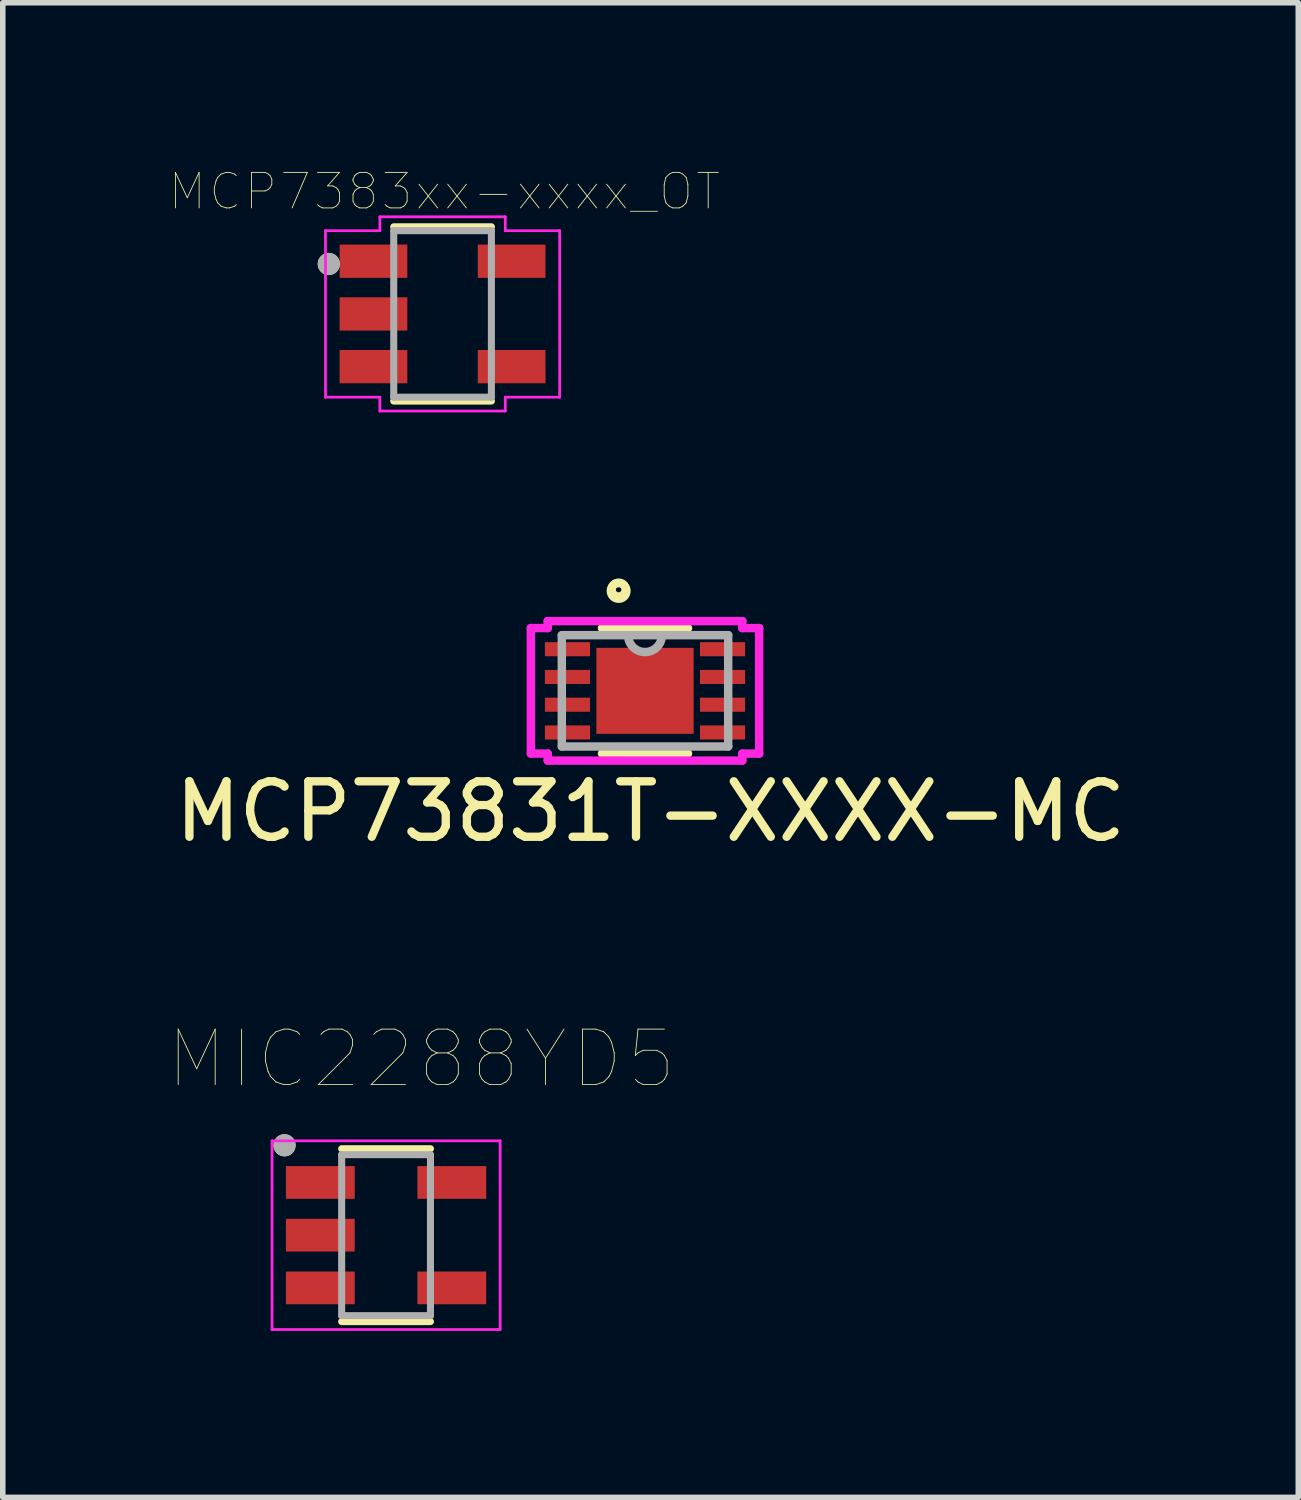
<source format=kicad_pcb>
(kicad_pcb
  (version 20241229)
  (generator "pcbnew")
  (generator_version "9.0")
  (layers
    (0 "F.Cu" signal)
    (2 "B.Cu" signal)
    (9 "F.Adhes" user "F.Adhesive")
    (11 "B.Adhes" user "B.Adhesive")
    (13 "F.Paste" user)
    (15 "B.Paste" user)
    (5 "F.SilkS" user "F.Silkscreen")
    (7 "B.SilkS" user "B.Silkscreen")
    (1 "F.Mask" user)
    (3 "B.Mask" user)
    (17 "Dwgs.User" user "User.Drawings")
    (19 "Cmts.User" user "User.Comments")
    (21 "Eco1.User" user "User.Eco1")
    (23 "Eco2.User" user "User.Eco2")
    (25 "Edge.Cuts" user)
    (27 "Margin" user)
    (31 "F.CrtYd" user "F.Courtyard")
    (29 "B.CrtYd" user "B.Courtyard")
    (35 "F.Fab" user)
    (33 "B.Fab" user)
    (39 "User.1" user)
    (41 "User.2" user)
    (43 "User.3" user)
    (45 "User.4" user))
  (footprint "MCP7383xx-xxxx_OT"
    (layer "F.Cu")
    (at 4.925 2.607)
    (property "Reference" "MCP7383xx-xxxx_OT" (at 0.032 -2.206 0) (layer "F.SilkS") (effects (font (size 0.64 0.64) (thickness 0.015))))
    (attr smd)
    (fp_line (start -0.88 -1.57) (end 0.88 -1.57) (stroke (width 0.127) (type solid)) (layer "F.SilkS"))
    (fp_line (start -0.88 1.57) (end 0.88 1.57) (stroke (width 0.127) (type solid)) (layer "F.SilkS"))
    (fp_circle (center -2.05 -0.9) (end -1.95 -0.9) (stroke (width 0.2) (type solid)) (fill no) (layer "F.SilkS"))
    (fp_line (start -2.11 -1.5) (end -2.11 1.5) (stroke (width 0.05) (type solid)) (layer "F.CrtYd"))
    (fp_line (start -2.11 -1.5) (end -1.13 -1.5) (stroke (width 0.05) (type solid)) (layer "F.CrtYd"))
    (fp_line (start -1.13 -1.75) (end 1.13 -1.75) (stroke (width 0.05) (type solid)) (layer "F.CrtYd"))
    (fp_line (start -1.13 -1.5) (end -1.13 -1.75) (stroke (width 0.05) (type solid)) (layer "F.CrtYd"))
    (fp_line (start -1.13 1.5) (end -2.11 1.5) (stroke (width 0.05) (type solid)) (layer "F.CrtYd"))
    (fp_line (start -1.13 1.75) (end -1.13 1.5) (stroke (width 0.05) (type solid)) (layer "F.CrtYd"))
    (fp_line (start 1.13 -1.75) (end 1.13 -1.5) (stroke (width 0.05) (type solid)) (layer "F.CrtYd"))
    (fp_line (start 1.13 -1.5) (end 2.11 -1.5) (stroke (width 0.05) (type solid)) (layer "F.CrtYd"))
    (fp_line (start 1.13 1.5) (end 1.13 1.75) (stroke (width 0.05) (type solid)) (layer "F.CrtYd"))
    (fp_line (start 1.13 1.75) (end -1.13 1.75) (stroke (width 0.05) (type solid)) (layer "F.CrtYd"))
    (fp_line (start 2.11 1.5) (end 1.13 1.5) (stroke (width 0.05) (type solid)) (layer "F.CrtYd"))
    (fp_line (start 2.11 1.5) (end 2.11 -1.5) (stroke (width 0.05) (type solid)) (layer "F.CrtYd"))
    (fp_line (start -0.88 -1.5) (end 0.88 -1.5) (stroke (width 0.127) (type solid)) (layer "F.Fab"))
    (fp_line (start -0.88 1.5) (end -0.88 -1.5) (stroke (width 0.127) (type solid)) (layer "F.Fab"))
    (fp_line (start 0.88 -1.5) (end 0.88 1.5) (stroke (width 0.127) (type solid)) (layer "F.Fab"))
    (fp_line (start 0.88 1.5) (end -0.88 1.5) (stroke (width 0.127) (type solid)) (layer "F.Fab"))
    (fp_circle (center -2.05 -0.9) (end -1.95 -0.9) (stroke (width 0.2) (type solid)) (fill no) (layer "F.Fab"))
    (pad "1" smd rect (at -1.245 -0.95) (size 1.22 0.6) (layers "F.Cu" "F.Mask" "F.Paste"))
    (pad "2" smd rect (at -1.245 0) (size 1.22 0.6) (layers "F.Cu" "F.Mask" "F.Paste"))
    (pad "3" smd rect (at -1.245 0.95) (size 1.22 0.6) (layers "F.Cu" "F.Mask" "F.Paste"))
    (pad "4" smd rect (at 1.245 0.95) (size 1.22 0.6) (layers "F.Cu" "F.Mask" "F.Paste"))
    (pad "5" smd rect (at 1.245 -0.95) (size 1.22 0.6) (layers "F.Cu" "F.Mask" "F.Paste")))
  (footprint "MCP73831T-XXXX-MC"
    (layer "F.Cu")
    (at 8.573 9.399)
    (property "Reference" "MCP73831T-XXXX-MC" (at 0.1 2.175 0) (layer "F.SilkS") (effects (font (size 1 1) (thickness 0.15))))
    (attr smd)
    (fp_line (start -0.775 1.13) (end 0.775 1.13) (stroke (width 0.152) (type solid)) (layer "F.SilkS"))
    (fp_line (start 0.775 -1.13) (end -0.775 -1.13) (stroke (width 0.152) (type solid)) (layer "F.SilkS"))
    (fp_circle (center -0.475 -1.825) (end -0.475 -1.775) (stroke (width 0.15) (type solid)) (fill no) (layer "F.SilkS"))
    (fp_circle (center -0.475 -1.8) (end -0.375 -1.7) (stroke (width 0.15) (type solid)) (fill no) (layer "F.SilkS"))
    (fp_line (start -2.057 -1.131) (end -1.753 -1.131) (stroke (width 0.152) (type solid)) (layer "F.CrtYd"))
    (fp_line (start -2.057 1.131) (end -2.057 -1.131) (stroke (width 0.152) (type solid)) (layer "F.CrtYd"))
    (fp_line (start -1.753 -1.257) (end 1.753 -1.257) (stroke (width 0.152) (type solid)) (layer "F.CrtYd"))
    (fp_line (start -1.753 -1.131) (end -1.753 -1.257) (stroke (width 0.152) (type solid)) (layer "F.CrtYd"))
    (fp_line (start -1.753 1.131) (end -2.057 1.131) (stroke (width 0.152) (type solid)) (layer "F.CrtYd"))
    (fp_line (start -1.753 1.257) (end -1.753 1.131) (stroke (width 0.152) (type solid)) (layer "F.CrtYd"))
    (fp_line (start 1.753 -1.257) (end 1.753 -1.131) (stroke (width 0.152) (type solid)) (layer "F.CrtYd"))
    (fp_line (start 1.753 -1.131) (end 2.057 -1.131) (stroke (width 0.152) (type solid)) (layer "F.CrtYd"))
    (fp_line (start 1.753 1.131) (end 1.753 1.257) (stroke (width 0.152) (type solid)) (layer "F.CrtYd"))
    (fp_line (start 1.753 1.257) (end -1.753 1.257) (stroke (width 0.152) (type solid)) (layer "F.CrtYd"))
    (fp_line (start 2.057 -1.131) (end 2.057 1.131) (stroke (width 0.152) (type solid)) (layer "F.CrtYd"))
    (fp_line (start 2.057 1.131) (end 1.753 1.131) (stroke (width 0.152) (type solid)) (layer "F.CrtYd"))
    (fp_line (start -1.499 -1.003) (end -1.499 1.003) (stroke (width 0.152) (type solid)) (layer "F.Fab"))
    (fp_line (start -1.499 1.003) (end 1.499 1.003) (stroke (width 0.152) (type solid)) (layer "F.Fab"))
    (fp_line (start 1.499 -1.003) (end -1.499 -1.003) (stroke (width 0.152) (type solid)) (layer "F.Fab"))
    (fp_line (start 1.499 1.003) (end 1.499 -1.003) (stroke (width 0.152) (type solid)) (layer "F.Fab"))
    (fp_arc (start 0.3048 -1.0033) (mid 0 -0.6985) (end -0.3048 -1.0033) (stroke (width 0.1524) (type solid)) (layer "F.Fab"))
    (pad "1" smd rect (at -1.397 -0.75) (size 0.813 0.254) (layers "F.Cu" "F.Mask" "F.Paste"))
    (pad "2" smd rect (at -1.397 -0.25) (size 0.813 0.254) (layers "F.Cu" "F.Mask" "F.Paste"))
    (pad "3" smd rect (at -1.397 0.25) (size 0.813 0.254) (layers "F.Cu" "F.Mask" "F.Paste"))
    (pad "4" smd rect (at -1.397 0.75) (size 0.813 0.254) (layers "F.Cu" "F.Mask" "F.Paste"))
    (pad "5" smd rect (at 1.397 0.75) (size 0.813 0.254) (layers "F.Cu" "F.Mask" "F.Paste"))
    (pad "6" smd rect (at 1.397 0.25) (size 0.813 0.254) (layers "F.Cu" "F.Mask" "F.Paste"))
    (pad "7" smd rect (at 1.397 -0.25) (size 0.813 0.254) (layers "F.Cu" "F.Mask" "F.Paste"))
    (pad "8" smd rect (at 1.397 -0.75) (size 0.813 0.254) (layers "F.Cu" "F.Mask" "F.Paste"))
    (pad "9" smd rect (at 0 0) (size 1.753 1.549) (layers "F.Cu" "F.Mask" "F.Paste")))
  (footprint "MIC2288YD5"
    (layer "F.Cu")
    (at 3.907 19.208)
    (property "Reference" "MIC2288YD5" (at 0.635 -3.175 0) (layer "F.SilkS") (effects (font (size 1 1) (thickness 0.015))))
    (attr smd)
    (fp_line (start -0.8 1.558) (end 0.8 1.558) (stroke (width 0.127) (type solid)) (layer "F.SilkS"))
    (fp_line (start 0.8 -1.558) (end -0.8 -1.558) (stroke (width 0.127) (type solid)) (layer "F.SilkS"))
    (fp_circle (center -1.83 -1.62) (end -1.73 -1.62) (stroke (width 0.2) (type solid)) (fill no) (layer "F.SilkS"))
    (fp_line (start -2.055 -1.7) (end 2.055 -1.7) (stroke (width 0.05) (type solid)) (layer "F.CrtYd"))
    (fp_line (start -2.055 1.7) (end -2.055 -1.7) (stroke (width 0.05) (type solid)) (layer "F.CrtYd"))
    (fp_line (start 2.055 -1.7) (end 2.055 1.7) (stroke (width 0.05) (type solid)) (layer "F.CrtYd"))
    (fp_line (start 2.055 1.7) (end -2.055 1.7) (stroke (width 0.05) (type solid)) (layer "F.CrtYd"))
    (fp_line (start -0.8 -1.45) (end -0.8 1.45) (stroke (width 0.127) (type solid)) (layer "F.Fab"))
    (fp_line (start -0.8 1.45) (end 0.8 1.45) (stroke (width 0.127) (type solid)) (layer "F.Fab"))
    (fp_line (start 0.8 -1.45) (end -0.8 -1.45) (stroke (width 0.127) (type solid)) (layer "F.Fab"))
    (fp_line (start 0.8 1.45) (end 0.8 -1.45) (stroke (width 0.127) (type solid)) (layer "F.Fab"))
    (fp_circle (center -1.83 -1.62) (end -1.73 -1.62) (stroke (width 0.2) (type solid)) (fill no) (layer "F.Fab"))
    (pad "1" smd rect (at -1.185 -0.95) (size 1.24 0.59) (layers "F.Cu" "F.Mask" "F.Paste"))
    (pad "2" smd rect (at -1.185 0) (size 1.24 0.59) (layers "F.Cu" "F.Mask" "F.Paste"))
    (pad "3" smd rect (at -1.185 0.95) (size 1.24 0.59) (layers "F.Cu" "F.Mask" "F.Paste"))
    (pad "4" smd rect (at 1.185 0.95) (size 1.24 0.59) (layers "F.Cu" "F.Mask" "F.Paste"))
    (pad "5" smd rect (at 1.185 -0.95) (size 1.24 0.59) (layers "F.Cu" "F.Mask" "F.Paste")))
  (gr_rect
    (start -3 -3)
    (end 20.345 23.933)
    (stroke (width 0.1) (type default))
    (fill no)
    (layer "Edge.Cuts")))
</source>
